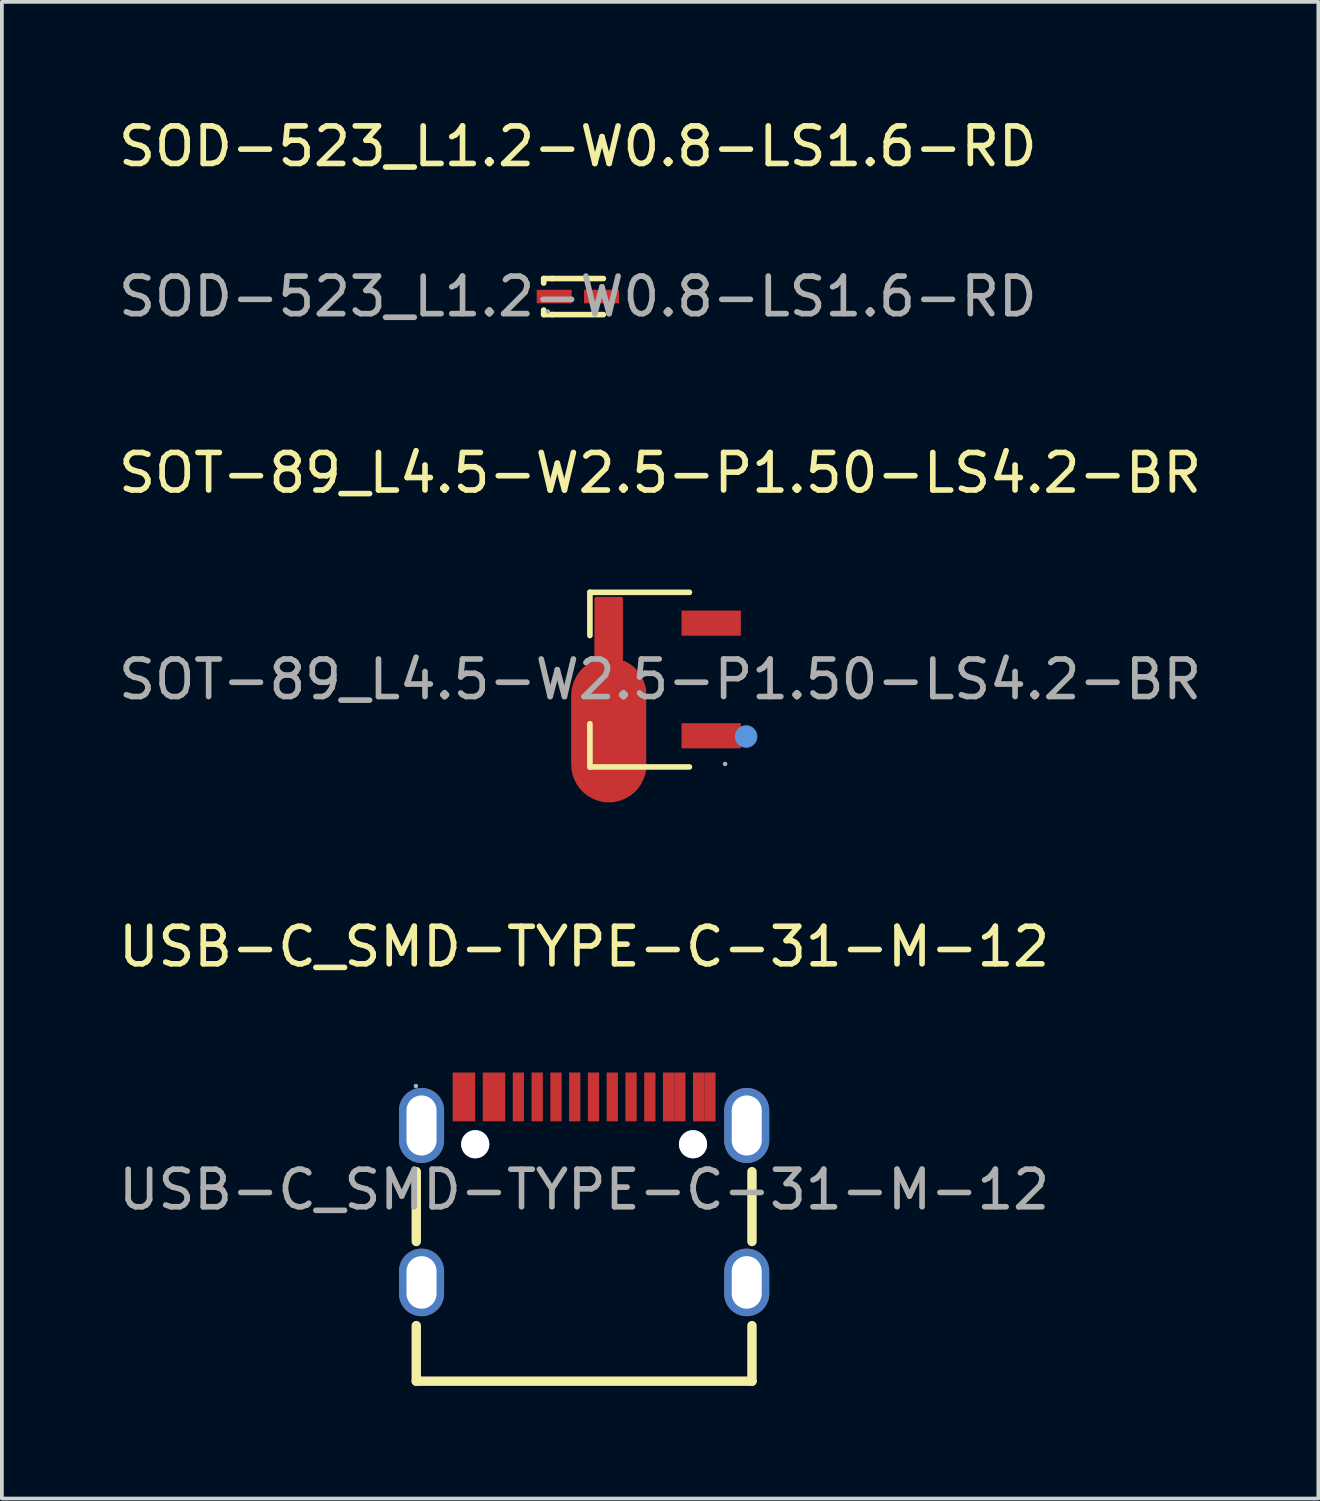
<source format=kicad_pcb>
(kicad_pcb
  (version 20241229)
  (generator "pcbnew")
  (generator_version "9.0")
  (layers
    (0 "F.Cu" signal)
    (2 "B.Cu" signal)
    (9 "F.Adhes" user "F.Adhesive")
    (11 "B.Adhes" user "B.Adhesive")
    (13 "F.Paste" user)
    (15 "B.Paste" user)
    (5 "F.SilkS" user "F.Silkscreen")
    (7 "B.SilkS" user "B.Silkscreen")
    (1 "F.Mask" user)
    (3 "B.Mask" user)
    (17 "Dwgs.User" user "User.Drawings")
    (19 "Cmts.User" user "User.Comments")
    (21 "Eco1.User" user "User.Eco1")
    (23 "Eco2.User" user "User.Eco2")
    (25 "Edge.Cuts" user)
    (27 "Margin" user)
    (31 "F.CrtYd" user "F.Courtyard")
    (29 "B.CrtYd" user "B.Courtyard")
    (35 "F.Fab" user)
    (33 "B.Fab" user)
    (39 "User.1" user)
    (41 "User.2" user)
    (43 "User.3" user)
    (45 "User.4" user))
  (footprint "SOT-89_L4.5-W2.5-P1.50-LS4.2-BR"
    (layer "F.Cu")
    (at 14.53 15.045)
    (property "Reference" "SOT-89_L4.5-W2.5-P1.50-LS4.2-BR" (at 0 -5.5 0) (layer "F.SilkS") (effects (font (size 1 1) (thickness 0.15))))
    (attr smd)
    (fp_line (start -1.87 -2.32) (end -1.87 -1.17) (stroke (width 0.15) (type solid)) (layer "F.SilkS"))
    (fp_line (start -1.87 2.33) (end -1.87 1.18) (stroke (width 0.15) (type solid)) (layer "F.SilkS"))
    (fp_line (start 0.78 -2.32) (end -1.87 -2.32) (stroke (width 0.15) (type solid)) (layer "F.SilkS"))
    (fp_line (start 0.78 2.33) (end -1.87 2.33) (stroke (width 0.15) (type solid)) (layer "F.SilkS"))
    (fp_circle (center 2.29 1.52) (end 2.44 1.52) (stroke (width 0.3) (type solid)) (fill no) (layer "Cmts.User"))
    (fp_circle (center 1.73 2.25) (end 1.76 2.25) (stroke (width 0.06) (type solid)) (fill no) (layer "F.Fab"))
    (fp_text user "${REFERENCE}" (at 0 0 0) (layer "F.Fab") (effects (font (size 1 1) (thickness 0.15))))
    (pad "1" smd rect (at 1.36 1.5) (size 1.58 0.67) (layers "F.Cu" "F.Mask" "F.Paste"))
    (pad "2" smd custom (at -1.36 -0.01 90) (size 1 1) (layers "F.Cu" "F.Mask" "F.Paste") (options (anchor circle)) (primitives (gr_poly (pts (xy -2.28 -0.96) (xy -0.43 -0.96) (xy -0.38 -0.95) (xy -0.34 -0.95) (xy -0.3 -0.95) (xy -0.25 -0.94) (xy -0.21 -0.93) (xy -0.16 -0.92) (xy -0.12 -0.9) (xy -0.08 -0.89) (xy -0.04 -0.87) (xy 0 -0.85) (xy 0.04 -0.83) (xy 0.08 -0.81) (xy 0.12 -0.78) (xy 0.15 -0.76) (xy 0.19 -0.73) (xy 0.22 -0.7) (xy 0.25 -0.67) (xy 0.28 -0.64) (xy 0.31 -0.6) (xy 0.34 -0.57) (xy 0.36 -0.53) (xy 0.39 -0.49) (xy 0.41 -0.45) (xy 0.43 -0.41) (xy 0.45 -0.34) (xy 2.14 -0.34) (xy 2.14 0.32) (xy 0.45 0.32) (xy 0.43 0.4) (xy 0.41 0.44) (xy 0.39 0.48) (xy 0.36 0.52) (xy 0.34 0.56) (xy 0.31 0.59) (xy 0.28 0.63) (xy 0.25 0.66) (xy 0.22 0.69) (xy 0.19 0.72) (xy 0.15 0.75) (xy 0.12 0.77) (xy 0.08 0.8) (xy 0.04 0.82) (xy 0 0.84) (xy -0.04 0.86) (xy -0.08 0.88) (xy -0.12 0.89) (xy -0.16 0.91) (xy -0.21 0.92) (xy -0.25 0.93) (xy -0.3 0.94) (xy -0.34 0.94) (xy -0.38 0.94) (xy -0.43 0.94) (xy -2.28 0.94) (xy -2.33 0.94) (xy -2.37 0.94) (xy -2.42 0.94) (xy -2.46 0.93) (xy -2.5 0.92) (xy -2.55 0.91) (xy -2.59 0.89) (xy -2.63 0.88) (xy -2.67 0.86) (xy -2.71 0.84) (xy -2.75 0.82) (xy -2.79 0.8) (xy -2.83 0.77) (xy -2.86 0.75) (xy -2.9 0.72) (xy -2.93 0.69) (xy -2.96 0.66) (xy -2.99 0.63) (xy -3.02 0.59) (xy -3.05 0.56) (xy -3.07 0.52) (xy -3.1 0.48) (xy -3.12 0.44) (xy -3.14 0.4) (xy -3.16 0.36) (xy -3.17 0.32) (xy -3.19 0.28) (xy -3.2 0.24) (xy -3.21 0.19) (xy -3.22 0.15) (xy -3.23 0.11) (xy -3.23 0.06) (xy -3.23 0.02) (xy -3.23 -0.03) (xy -3.23 -0.07) (xy -3.23 -0.12) (xy -3.22 -0.16) (xy -3.21 -0.2) (xy -3.2 -0.25) (xy -3.19 -0.29) (xy -3.17 -0.33) (xy -3.16 -0.37) (xy -3.14 -0.41) (xy -3.12 -0.45) (xy -3.1 -0.49) (xy -3.07 -0.53) (xy -3.05 -0.57) (xy -3.02 -0.6) (xy -2.99 -0.64) (xy -2.96 -0.67) (xy -2.93 -0.7) (xy -2.9 -0.73) (xy -2.86 -0.76) (xy -2.83 -0.78) (xy -2.79 -0.81) (xy -2.75 -0.83) (xy -2.71 -0.85) (xy -2.67 -0.87) (xy -2.63 -0.89) (xy -2.59 -0.9) (xy -2.55 -0.92) (xy -2.5 -0.93) (xy -2.46 -0.94) (xy -2.42 -0.95) (xy -2.37 -0.95) (xy -2.33 -0.95) (xy -2.28 -0.96)) (width 0.1) (fill yes))))
    (pad "3" smd rect (at 1.36 -1.5) (size 1.58 0.67) (layers "F.Cu" "F.Mask" "F.Paste")))
  (footprint "SOD-523_L1.2-W0.8-LS1.6-RD"
    (layer "F.Cu")
    (at 12.339 4.848)
    (property "Reference" "SOD-523_L1.2-W0.8-LS1.6-RD" (at 0 -4 0) (layer "F.SilkS") (effects (font (size 1 1) (thickness 0.15))))
    (attr smd)
    (fp_line (start -0.91 -0.48) (end -0.91 -0.36) (stroke (width 0.15) (type solid)) (layer "F.SilkS"))
    (fp_line (start -0.91 0.36) (end -0.91 0.48) (stroke (width 0.15) (type solid)) (layer "F.SilkS"))
    (fp_line (start -0.91 0.48) (end -0.68 0.48) (stroke (width 0.15) (type solid)) (layer "F.SilkS"))
    (fp_line (start -0.68 -0.48) (end -0.91 -0.48) (stroke (width 0.15) (type solid)) (layer "F.SilkS"))
    (fp_line (start -0.68 -0.48) (end 0.68 -0.48) (stroke (width 0.15) (type solid)) (layer "F.SilkS"))
    (fp_line (start -0.68 0.48) (end 0.68 0.48) (stroke (width 0.15) (type solid)) (layer "F.SilkS"))
    (fp_circle (center -0.8 0.4) (end -0.77 0.4) (stroke (width 0.06) (type solid)) (fill no) (layer "F.Fab"))
    (fp_text user "${REFERENCE}" (at 0 0 0) (layer "F.Fab") (effects (font (size 1 1) (thickness 0.15))))
    (pad "1" smd rect (at -0.63 0 180) (size 0.93 0.36) (layers "F.Cu" "F.Mask" "F.Paste"))
    (pad "2" smd rect (at 0.63 0 180) (size 0.93 0.36) (layers "F.Cu" "F.Mask" "F.Paste")))
  (footprint "USB-C_SMD-TYPE-C-31-M-12"
    (layer "F.Cu")
    (at 12.506 28.633)
    (property "Reference" "USB-C_SMD-TYPE-C-31-M-12" (at 0 -6.47 0) (layer "F.SilkS") (effects (font (size 1 1) (thickness 0.15))))
    (attr smd)
    (fp_line (start -4.47 1.38) (end -4.47 -0.48) (stroke (width 0.25) (type solid)) (layer "F.SilkS"))
    (fp_line (start -4.47 5.1) (end -4.47 3.62) (stroke (width 0.25) (type solid)) (layer "F.SilkS"))
    (fp_line (start 4.47 1.38) (end 4.47 -0.48) (stroke (width 0.25) (type solid)) (layer "F.SilkS"))
    (fp_line (start 4.47 5.1) (end -4.47 5.1) (stroke (width 0.25) (type solid)) (layer "F.SilkS"))
    (fp_line (start 4.47 5.1) (end 4.47 3.62) (stroke (width 0.25) (type solid)) (layer "F.SilkS"))
    (fp_circle (center -2.9 -1.21) (end -2.78 -1.21) (stroke (width 0.25) (type solid)) (fill no) (layer "Cmts.User"))
    (fp_circle (center 2.9 -1.21) (end 3.02 -1.21) (stroke (width 0.25) (type solid)) (fill no) (layer "Cmts.User"))
    (fp_circle (center -4.48 -2.76) (end -4.45 -2.76) (stroke (width 0.06) (type solid)) (fill no) (layer "F.Fab"))
    (fp_text user "${REFERENCE}" (at 0 0 0) (layer "F.Fab") (effects (font (size 1 1) (thickness 0.15))))
    (pad "" thru_hole circle (at -2.9 -1.21) (size 0.75 0.75) (drill 0.75) (layers "*.Cu" "*.Mask"))
    (pad "" thru_hole circle (at 2.9 -1.21) (size 0.75 0.75) (drill 0.75) (layers "*.Cu" "*.Mask"))
    (pad "0" thru_hole oval (at -4.33 -1.71) (size 1.2 2) (drill oval 0.8 1.6) (layers "*.Cu" "*.Mask"))
    (pad "1" thru_hole oval (at 4.33 -1.71) (size 1.2 2) (drill oval 0.8 1.6) (layers "*.Cu" "*.Mask"))
    (pad "2" thru_hole oval (at 4.33 2.47) (size 1.2 1.8) (drill oval 0.8 1.4) (layers "*.Cu" "*.Mask"))
    (pad "3" thru_hole oval (at -4.33 2.47) (size 1.2 1.8) (drill oval 0.8 1.4) (layers "*.Cu" "*.Mask"))
    (pad "A1" smd rect (at -3.35 -2.47) (size 0.3 1.3) (layers "F.Cu" "F.Mask" "F.Paste"))
    (pad "A4" smd rect (at -2.55 -2.47) (size 0.3 1.3) (layers "F.Cu" "F.Mask" "F.Paste"))
    (pad "A5" smd rect (at -1.25 -2.47) (size 0.3 1.3) (layers "F.Cu" "F.Mask" "F.Paste"))
    (pad "A6" smd rect (at -0.25 -2.47) (size 0.3 1.3) (layers "F.Cu" "F.Mask" "F.Paste"))
    (pad "A7" smd rect (at 0.25 -2.47) (size 0.3 1.3) (layers "F.Cu" "F.Mask" "F.Paste"))
    (pad "A8" smd rect (at 1.25 -2.47) (size 0.3 1.3) (layers "F.Cu" "F.Mask" "F.Paste"))
    (pad "A9" smd rect (at 2.55 -2.47) (size 0.3 1.3) (layers "F.Cu" "F.Mask" "F.Paste"))
    (pad "A12" smd rect (at 3.35 -2.47) (size 0.3 1.3) (layers "F.Cu" "F.Mask" "F.Paste"))
    (pad "B1" smd rect (at 3.05 -2.47) (size 0.3 1.3) (layers "F.Cu" "F.Mask" "F.Paste"))
    (pad "B4" smd rect (at 2.25 -2.47) (size 0.3 1.3) (layers "F.Cu" "F.Mask" "F.Paste"))
    (pad "B5" smd rect (at 1.75 -2.47) (size 0.3 1.3) (layers "F.Cu" "F.Mask" "F.Paste"))
    (pad "B6" smd rect (at 0.75 -2.47) (size 0.3 1.3) (layers "F.Cu" "F.Mask" "F.Paste"))
    (pad "B7" smd rect (at -0.75 -2.47) (size 0.3 1.3) (layers "F.Cu" "F.Mask" "F.Paste"))
    (pad "B8" smd rect (at -1.75 -2.47) (size 0.3 1.3) (layers "F.Cu" "F.Mask" "F.Paste"))
    (pad "B9" smd rect (at -2.25 -2.47) (size 0.3 1.3) (layers "F.Cu" "F.Mask" "F.Paste"))
    (pad "B12" smd rect (at -3.05 -2.47) (size 0.3 1.3) (layers "F.Cu" "F.Mask" "F.Paste")))
  (gr_rect
    (start -3 -3)
    (end 32.06 36.858)
    (stroke (width 0.1) (type default))
    (fill no)
    (layer "Edge.Cuts")))
</source>
